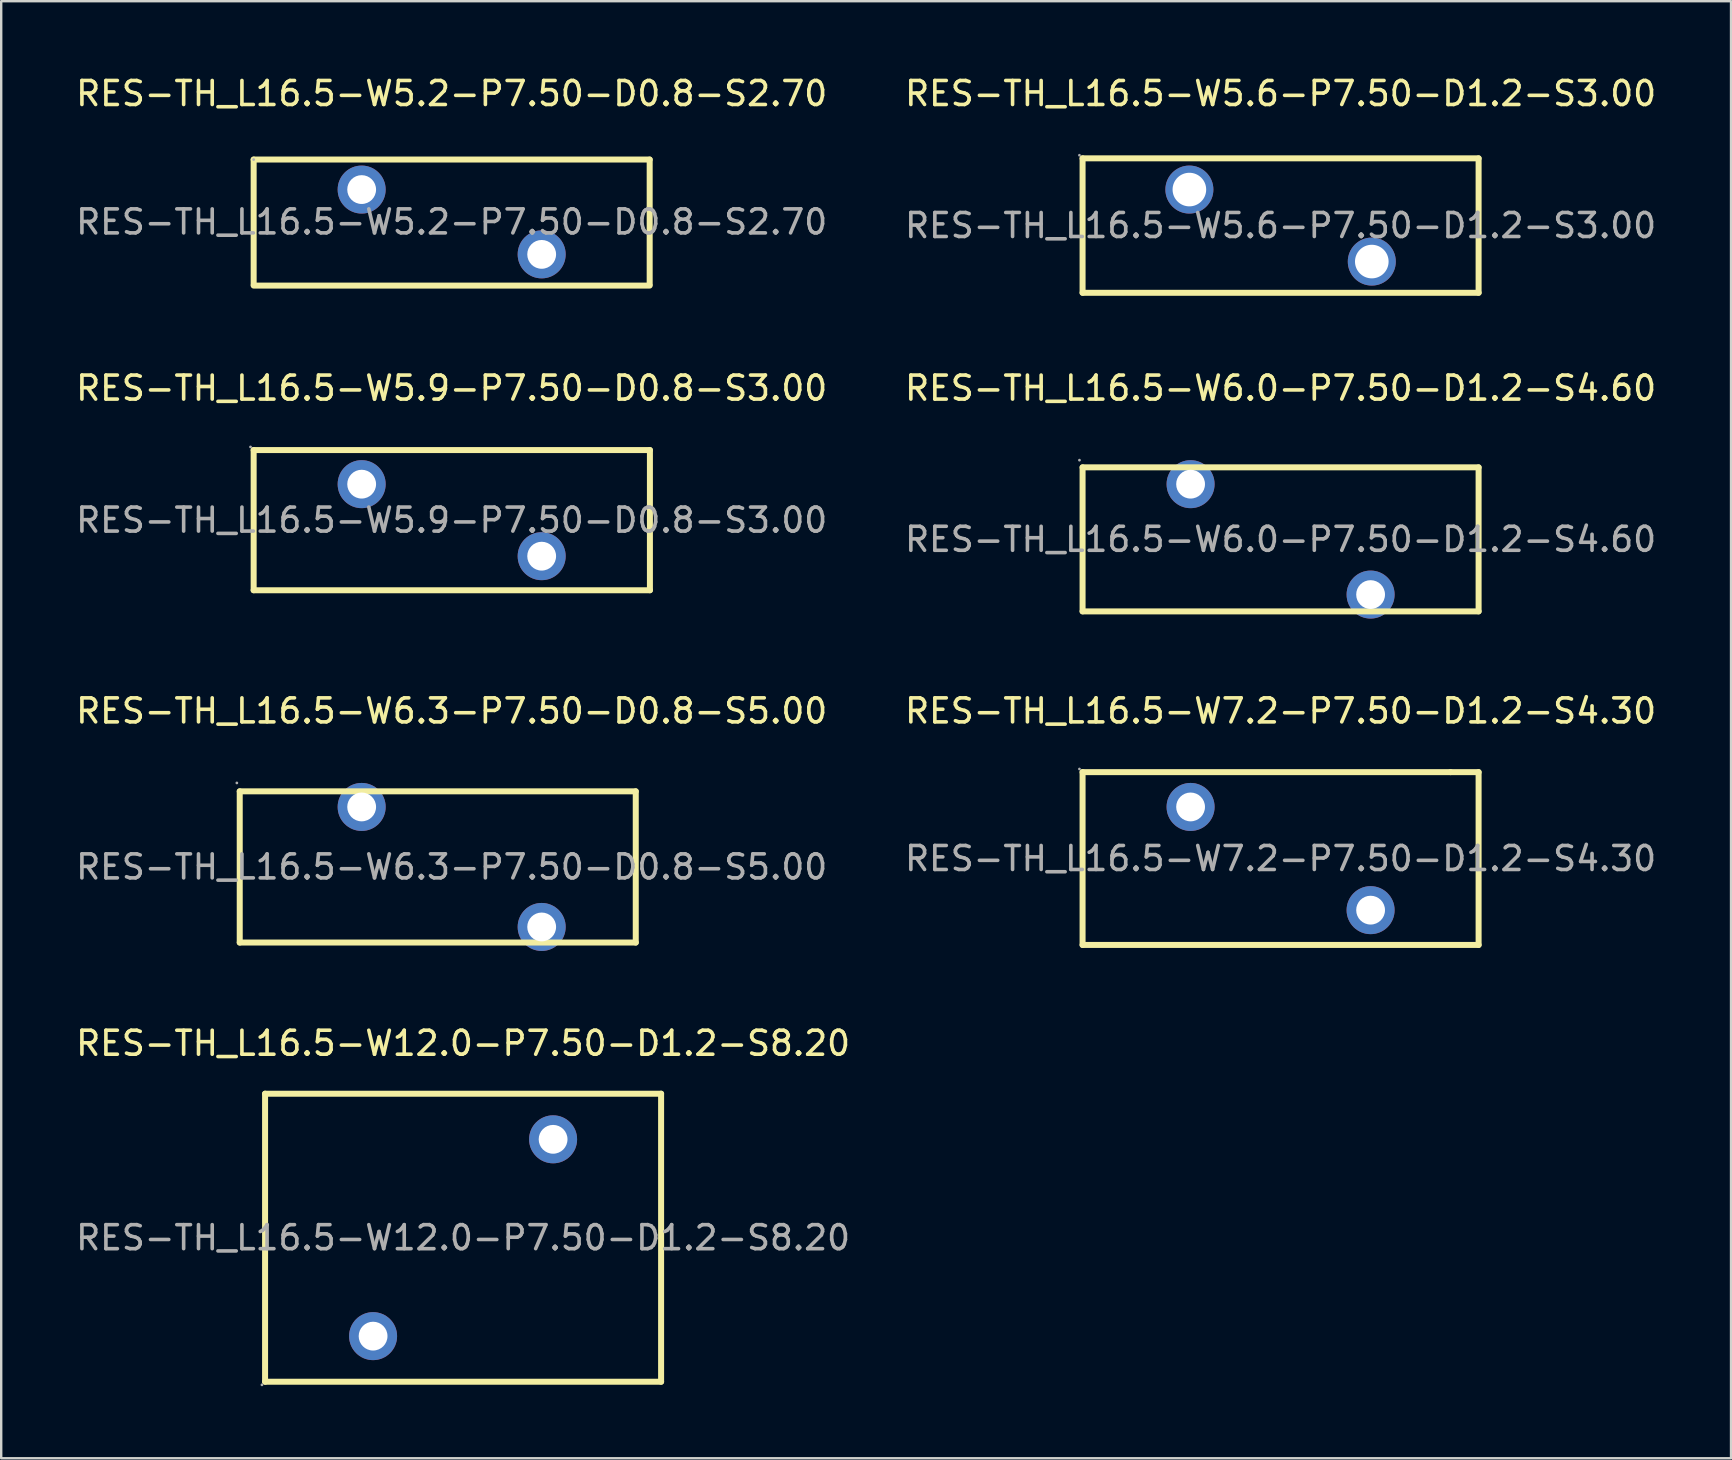
<source format=kicad_pcb>
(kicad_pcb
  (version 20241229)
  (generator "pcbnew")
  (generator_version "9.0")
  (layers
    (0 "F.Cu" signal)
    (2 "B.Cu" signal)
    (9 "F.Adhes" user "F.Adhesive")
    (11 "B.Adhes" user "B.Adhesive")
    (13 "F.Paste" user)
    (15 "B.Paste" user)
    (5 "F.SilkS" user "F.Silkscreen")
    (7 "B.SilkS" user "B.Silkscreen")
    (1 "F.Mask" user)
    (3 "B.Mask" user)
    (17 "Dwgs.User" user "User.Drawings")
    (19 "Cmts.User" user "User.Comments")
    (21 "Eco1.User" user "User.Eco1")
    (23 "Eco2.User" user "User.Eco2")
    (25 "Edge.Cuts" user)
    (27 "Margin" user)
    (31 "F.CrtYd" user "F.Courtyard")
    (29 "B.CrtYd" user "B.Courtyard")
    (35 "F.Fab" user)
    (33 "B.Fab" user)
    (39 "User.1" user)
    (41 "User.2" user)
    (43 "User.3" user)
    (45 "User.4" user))
  (footprint "RES-TH_L16.5-W5.9-P7.50-D0.8-S3.00"
    (layer "F.Cu")
    (at 15.768 18.622)
    (property "Reference" "RES-TH_L16.5-W5.9-P7.50-D0.8-S3.00" (at 0 -5.5 0) (layer "F.SilkS") (effects (font (size 1 1) (thickness 0.15))))
    (attr through_hole)
    (fp_line (start -8.25 -2.92) (end 8.26 -2.92) (stroke (width 0.25) (type solid)) (layer "F.SilkS"))
    (fp_line (start -8.25 2.92) (end -8.25 -2.92) (stroke (width 0.25) (type solid)) (layer "F.SilkS"))
    (fp_line (start 8.26 -2.92) (end 8.26 2.92) (stroke (width 0.25) (type solid)) (layer "F.SilkS"))
    (fp_line (start 8.26 2.92) (end -8.25 2.92) (stroke (width 0.25) (type solid)) (layer "F.SilkS"))
    (fp_circle (center -8.38 -3.05) (end -8.35 -3.05) (stroke (width 0.06) (type solid)) (fill no) (layer "F.Fab"))
    (fp_circle (center -3.75 -1.5) (end -3.5 -1.5) (stroke (width 0.5) (type solid)) (fill no) (layer "F.Fab"))
    (fp_circle (center 3.75 1.5) (end 4 1.5) (stroke (width 0.5) (type solid)) (fill no) (layer "F.Fab"))
    (fp_text user "${REFERENCE}" (at 0 0 0) (layer "F.Fab") (effects (font (size 1 1) (thickness 0.15))))
    (pad "1" thru_hole circle (at -3.75 -1.5) (size 2 2) (drill 1.2) (layers "*.Cu" "*.Paste" "*.Mask"))
    (pad "2" thru_hole circle (at 3.75 1.5) (size 2 2) (drill 1.2) (layers "*.Cu" "*.Paste" "*.Mask")))
  (footprint "RES-TH_L16.5-W6.0-P7.50-D1.2-S4.60"
    (layer "F.Cu")
    (at 50.304 19.422)
    (property "Reference" "RES-TH_L16.5-W6.0-P7.50-D1.2-S4.60" (at 0 -6.3 0) (layer "F.SilkS") (effects (font (size 1 1) (thickness 0.15))))
    (attr through_hole)
    (fp_line (start -8.25 -3) (end 8.25 -3) (stroke (width 0.25) (type solid)) (layer "F.SilkS"))
    (fp_line (start -8.25 3) (end -8.25 -3) (stroke (width 0.25) (type solid)) (layer "F.SilkS"))
    (fp_line (start 8.25 -3) (end 8.25 3) (stroke (width 0.25) (type solid)) (layer "F.SilkS"))
    (fp_line (start 8.25 3) (end -8.25 3) (stroke (width 0.25) (type solid)) (layer "F.SilkS"))
    (fp_circle (center -8.38 -3.3) (end -8.35 -3.3) (stroke (width 0.06) (type solid)) (fill no) (layer "F.Fab"))
    (fp_circle (center -3.75 -2.3) (end -3.5 -2.3) (stroke (width 0.5) (type solid)) (fill no) (layer "F.Fab"))
    (fp_circle (center 3.75 2.3) (end 4 2.3) (stroke (width 0.5) (type solid)) (fill no) (layer "F.Fab"))
    (fp_text user "${REFERENCE}" (at 0 0 0) (layer "F.Fab") (effects (font (size 1 1) (thickness 0.15))))
    (pad "1" thru_hole circle (at -3.75 -2.3) (size 2 2) (drill 1.2) (layers "*.Cu" "*.Paste" "*.Mask"))
    (pad "2" thru_hole circle (at 3.75 2.3) (size 2 2) (drill 1.2) (layers "*.Cu" "*.Paste" "*.Mask")))
  (footprint "RES-TH_L16.5-W5.6-P7.50-D1.2-S3.00"
    (layer "F.Cu")
    (at 50.304 6.348)
    (property "Reference" "RES-TH_L16.5-W5.6-P7.50-D1.2-S3.00" (at 0 -5.5 0) (layer "F.SilkS") (effects (font (size 1 1) (thickness 0.15))))
    (attr through_hole)
    (fp_line (start -8.25 -2.8) (end 8.25 -2.8) (stroke (width 0.25) (type solid)) (layer "F.SilkS"))
    (fp_line (start -8.25 2.8) (end -8.25 -2.8) (stroke (width 0.25) (type solid)) (layer "F.SilkS"))
    (fp_line (start 8.25 -2.8) (end 8.25 2.8) (stroke (width 0.25) (type solid)) (layer "F.SilkS"))
    (fp_line (start 8.25 2.8) (end -8.25 2.8) (stroke (width 0.25) (type solid)) (layer "F.SilkS"))
    (fp_circle (center -8.38 -2.93) (end -8.35 -2.93) (stroke (width 0.06) (type solid)) (fill no) (layer "F.Fab"))
    (fp_circle (center -3.8 -1.5) (end -3.5 -1.5) (stroke (width 0.6) (type solid)) (fill no) (layer "F.Fab"))
    (fp_circle (center 3.8 1.5) (end 4.1 1.5) (stroke (width 0.6) (type solid)) (fill no) (layer "F.Fab"))
    (fp_text user "${REFERENCE}" (at 0 0 0) (layer "F.Fab") (effects (font (size 1 1) (thickness 0.15))))
    (pad "1" thru_hole circle (at -3.8 -1.5) (size 2 2) (drill 1.4) (layers "*.Cu" "*.Paste" "*.Mask"))
    (pad "2" thru_hole circle (at 3.8 1.5) (size 2 2) (drill 1.4) (layers "*.Cu" "*.Paste" "*.Mask")))
  (footprint "RES-TH_L16.5-W6.3-P7.50-D0.8-S5.00"
    (layer "F.Cu")
    (at 15.768 33.07)
    (property "Reference" "RES-TH_L16.5-W6.3-P7.50-D0.8-S5.00" (at 0 -6.5 0) (layer "F.SilkS") (effects (font (size 1 1) (thickness 0.15))))
    (attr through_hole)
    (fp_line (start -8.83 -3.15) (end 7.67 -3.15) (stroke (width 0.25) (type solid)) (layer "F.SilkS"))
    (fp_line (start -8.83 3.15) (end -8.83 -3.15) (stroke (width 0.25) (type solid)) (layer "F.SilkS"))
    (fp_line (start 7.67 -3.15) (end 7.67 3.15) (stroke (width 0.25) (type solid)) (layer "F.SilkS"))
    (fp_line (start 7.67 3.15) (end -8.83 3.15) (stroke (width 0.25) (type solid)) (layer "F.SilkS"))
    (fp_circle (center -8.95 -3.5) (end -8.92 -3.5) (stroke (width 0.06) (type solid)) (fill no) (layer "F.Fab"))
    (fp_circle (center -3.75 -2.5) (end -3.5 -2.5) (stroke (width 0.5) (type solid)) (fill no) (layer "F.Fab"))
    (fp_circle (center 3.75 2.5) (end 4 2.5) (stroke (width 0.5) (type solid)) (fill no) (layer "F.Fab"))
    (fp_text user "${REFERENCE}" (at 0 0 0) (layer "F.Fab") (effects (font (size 1 1) (thickness 0.15))))
    (pad "1" thru_hole circle (at -3.75 -2.5) (size 2 2) (drill 1.2) (layers "*.Cu" "*.Paste" "*.Mask"))
    (pad "2" thru_hole circle (at 3.75 2.5) (size 2 2) (drill 1.2) (layers "*.Cu" "*.Paste" "*.Mask")))
  (footprint "RES-TH_L16.5-W5.2-P7.50-D0.8-S2.70"
    (layer "F.Cu")
    (at 15.768 6.198)
    (property "Reference" "RES-TH_L16.5-W5.2-P7.50-D0.8-S2.70" (at 0 -5.35 0) (layer "F.SilkS") (effects (font (size 1 1) (thickness 0.15))))
    (attr through_hole)
    (fp_line (start -8.25 -2.6) (end 8.25 -2.6) (stroke (width 0.25) (type solid)) (layer "F.SilkS"))
    (fp_line (start -8.25 2.61) (end -8.25 -2.6) (stroke (width 0.25) (type solid)) (layer "F.SilkS"))
    (fp_line (start 8.25 -2.6) (end 8.25 2.6) (stroke (width 0.25) (type solid)) (layer "F.SilkS"))
    (fp_line (start 8.25 2.65) (end -8.25 2.65) (stroke (width 0.25) (type solid)) (layer "F.SilkS"))
    (fp_circle (center -8.25 -2.6) (end -8.22 -2.6) (stroke (width 0.06) (type solid)) (fill no) (layer "F.Fab"))
    (fp_circle (center -3.75 -1.35) (end -3.5 -1.35) (stroke (width 0.5) (type solid)) (fill no) (layer "F.Fab"))
    (fp_circle (center 3.75 1.35) (end 4 1.35) (stroke (width 0.5) (type solid)) (fill no) (layer "F.Fab"))
    (fp_text user "${REFERENCE}" (at 0 0 0) (layer "F.Fab") (effects (font (size 1 1) (thickness 0.15))))
    (pad "1" thru_hole circle (at -3.75 -1.35) (size 2 2) (drill 1.2) (layers "*.Cu" "*.Paste" "*.Mask"))
    (pad "2" thru_hole circle (at 3.75 1.35) (size 2 2) (drill 1.2) (layers "*.Cu" "*.Paste" "*.Mask")))
  (footprint "RES-TH_L16.5-W12.0-P7.50-D1.2-S8.20"
    (layer "F.Cu")
    (at 16.244 48.518)
    (property "Reference" "RES-TH_L16.5-W12.0-P7.50-D1.2-S8.20" (at 0 -8.1 0) (layer "F.SilkS") (effects (font (size 1 1) (thickness 0.15))))
    (attr through_hole)
    (fp_line (start -8.25 -6) (end 8.25 -6) (stroke (width 0.25) (type solid)) (layer "F.SilkS"))
    (fp_line (start -8.25 6) (end -8.25 -6) (stroke (width 0.25) (type solid)) (layer "F.SilkS"))
    (fp_line (start 8.25 -6) (end 8.25 6) (stroke (width 0.25) (type solid)) (layer "F.SilkS"))
    (fp_line (start 8.25 6) (end -8.25 6) (stroke (width 0.25) (type solid)) (layer "F.SilkS"))
    (fp_circle (center -8.38 6.13) (end -8.35 6.13) (stroke (width 0.06) (type solid)) (fill no) (layer "F.Fab"))
    (fp_circle (center -3.75 4.1) (end -3.5 4.1) (stroke (width 0.5) (type solid)) (fill no) (layer "F.Fab"))
    (fp_circle (center 3.75 -4.1) (end 4 -4.1) (stroke (width 0.5) (type solid)) (fill no) (layer "F.Fab"))
    (fp_text user "${REFERENCE}" (at 0 0 0) (layer "F.Fab") (effects (font (size 1 1) (thickness 0.15))))
    (pad "1" thru_hole circle (at -3.75 4.1) (size 2 2) (drill 1.2) (layers "*.Cu" "*.Paste" "*.Mask"))
    (pad "2" thru_hole circle (at 3.75 -4.1) (size 2 2) (drill 1.2) (layers "*.Cu" "*.Paste" "*.Mask")))
  (footprint "RES-TH_L16.5-W7.2-P7.50-D1.2-S4.30"
    (layer "F.Cu")
    (at 50.304 32.72)
    (property "Reference" "RES-TH_L16.5-W7.2-P7.50-D1.2-S4.30" (at 0 -6.15 0) (layer "F.SilkS") (effects (font (size 1 1) (thickness 0.15))))
    (attr through_hole)
    (fp_line (start -8.25 -3.6) (end 7.08 -3.6) (stroke (width 0.25) (type solid)) (layer "F.SilkS"))
    (fp_line (start -8.25 3.6) (end -8.25 -3.6) (stroke (width 0.25) (type solid)) (layer "F.SilkS"))
    (fp_line (start 7.08 -3.6) (end 8.25 -3.6) (stroke (width 0.25) (type solid)) (layer "F.SilkS"))
    (fp_line (start 8.25 -3.6) (end 8.25 3.6) (stroke (width 0.25) (type solid)) (layer "F.SilkS"))
    (fp_line (start 8.25 3.6) (end -8.25 3.6) (stroke (width 0.25) (type solid)) (layer "F.SilkS"))
    (fp_circle (center -8.38 -3.73) (end -8.35 -3.73) (stroke (width 0.06) (type solid)) (fill no) (layer "F.Fab"))
    (fp_circle (center -3.75 -2.15) (end -3.5 -2.15) (stroke (width 0.5) (type solid)) (fill no) (layer "F.Fab"))
    (fp_circle (center 3.75 2.15) (end 4 2.15) (stroke (width 0.5) (type solid)) (fill no) (layer "F.Fab"))
    (fp_text user "${REFERENCE}" (at 0 0 0) (layer "F.Fab") (effects (font (size 1 1) (thickness 0.15))))
    (pad "1" thru_hole circle (at -3.75 -2.15) (size 2 2) (drill 1.2) (layers "*.Cu" "*.Paste" "*.Mask"))
    (pad "2" thru_hole circle (at 3.75 2.15) (size 2 2) (drill 1.2) (layers "*.Cu" "*.Paste" "*.Mask")))
  (gr_rect
    (start -3 -3)
    (end 69.071 57.708)
    (stroke (width 0.1) (type default))
    (fill no)
    (layer "Edge.Cuts")))
</source>
